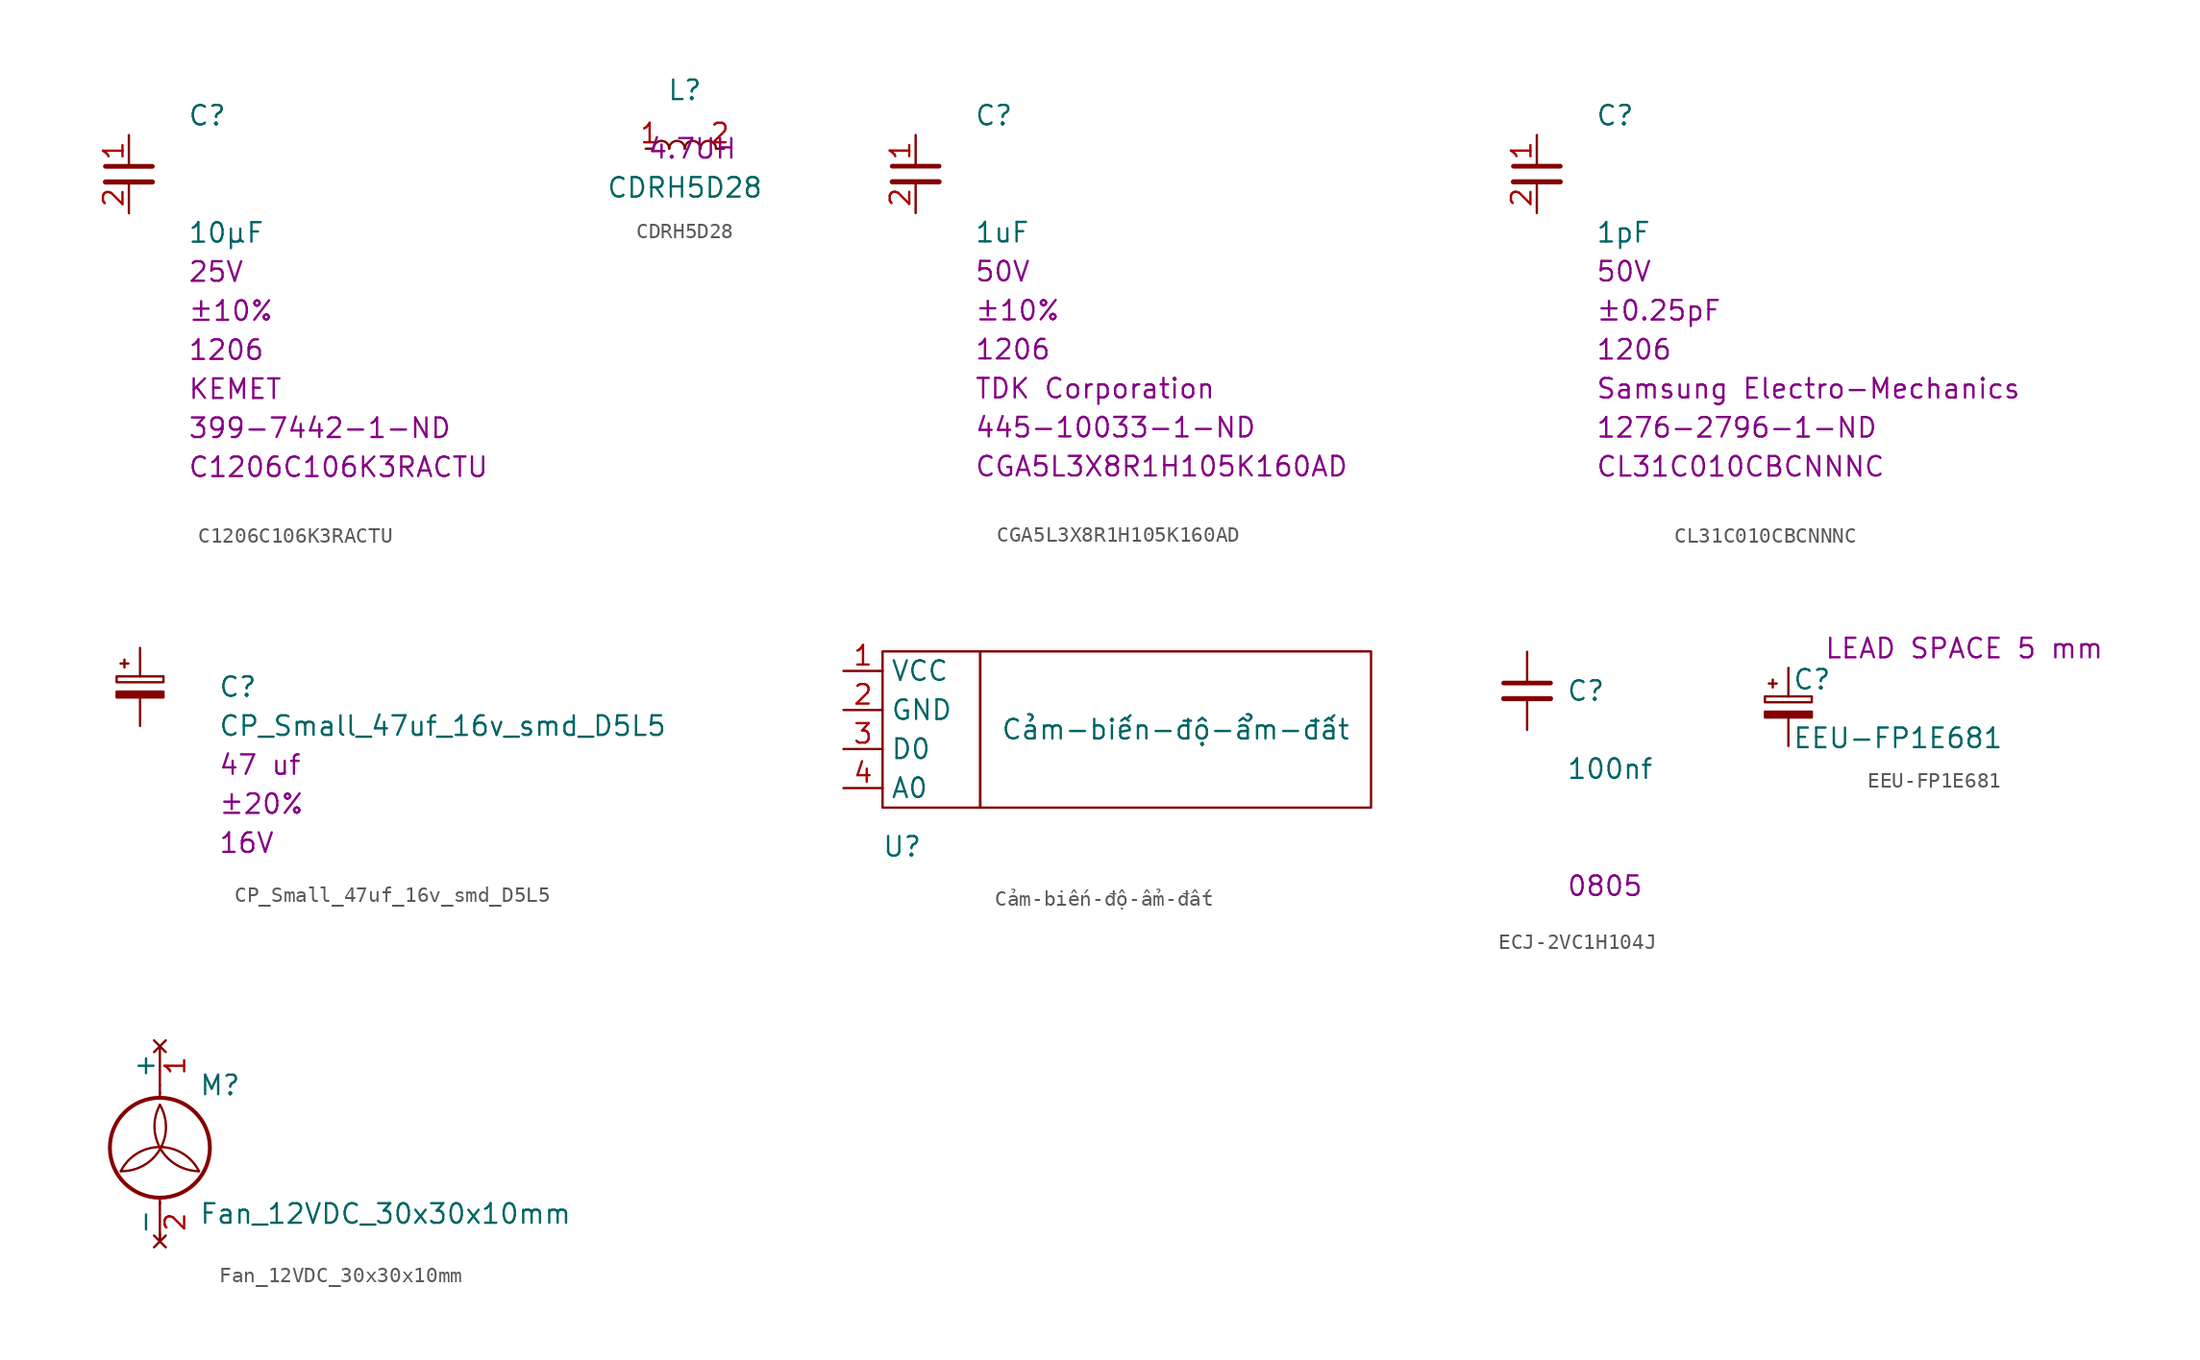
<source format=kicad_sym>
(kicad_symbol_lib
  (version 20220914)
  (generator kicad_symbol_editor)
  (symbol "C1206C106K3RACTU"
    (property "Reference" "C"
      (at 3.81 3.81 0)
      (effects (font (size 1.27 1.27)) (justify left)))
    (property "Value" "C1206C106K3RACTU"
      (at 3.81 1.27 0)
      (effects (font (size 1.27 1.27)) (justify left)))
    (property "value" "10µF"
      (at 3.81 -3.81 0)
      (effects (font (size 1.27 1.27)) (justify left)))
    (property "Tolerance" "±10%"
      (at 3.81 -8.89 0)
      (effects (font (size 1.27 1.27)) (justify left)))
    (property "MAX Voltage" "25V"
      (at 3.81 -6.35 0)
      (effects (font (size 1.27 1.27)) (justify left)))
    (property "Chip Set" "1206"
      (at 3.81 -11.43 0)
      (effects (font (size 1.27 1.27)) (justify left)))
    (property "Manufacturer" "KEMET"
      (at 3.81 -13.97 0)
      (effects (font (size 1.27 1.27)) (justify left)))
    (property "MPN" "C1206C106K3RACTU"
      (at 3.81 -19.05 0)
      (effects (font (size 1.27 1.27)) (justify left)))
    (property "Digi-Key_PN" "399-7442-1-ND"
      (at 3.81 -16.51 0)
      (effects (font (size 1.27 1.27)) (justify left)))
    (symbol "C1206C106K3RACTU_1_1"
      (polyline (pts (xy -1.524 -0.508) (xy 1.524 -0.508)) (stroke (width 0.33) (type default)) (fill (type none)))
      (polyline (pts (xy -1.524 0.508) (xy 1.524 0.508)) (stroke (width 0.305) (type default)) (fill (type none)))
      (pin passive line (at 0 2.54 270) (length 2.032) (name "~" (effects (font (size 1.27 1.27)))) (number "1" (effects (font (size 1.27 1.27)))))
      (pin passive line (at 0 -2.54 90) (length 2.032) (name "~" (effects (font (size 1.27 1.27)))) (number "2" (effects (font (size 1.27 1.27)))))))
  (symbol "CDRH5D28"
    (property "Reference" "L"
      (at 0 3.81 0)
      (effects (font (size 1.27 1.27))))
    (property "Value" "CDRH5D28"
      (at 0 -2.54 0)
      (effects (font (size 1.27 1.27))))
    (property "Field4" " 4.7UH"
      (at 0 0 0)
      (effects (font (size 1.27 1.27))))
    (symbol "CDRH5D28_1_1"
      (arc (start -1.016 0) (mid -1.524 0.5058) (end -2.032 0) (stroke (width 0) (type default)) (fill (type none)))
      (arc (start 0 0) (mid -0.508 0.5058) (end -1.016 0) (stroke (width 0) (type default)) (fill (type none)))
      (arc (start 1.016 0) (mid 0.508 0.5058) (end 0 0) (stroke (width 0) (type default)) (fill (type none)))
      (arc (start 2.032 0) (mid 1.524 0.5058) (end 1.016 0) (stroke (width 0) (type default)) (fill (type none)))
      (pin passive line (at -2.54 0 0) (length 0.508) (name "~" (effects (font (size 1.27 1.27)))) (number "1" (effects (font (size 1.27 1.27)))))
      (pin passive line (at 2.54 0 180) (length 0.508) (name "~" (effects (font (size 1.27 1.27)))) (number "2" (effects (font (size 1.27 1.27)))))))
  (symbol "CGA5L3X8R1H105K160AD"
    (property "Reference" "C"
      (at 3.81 3.81 0)
      (effects (font (size 1.27 1.27)) (justify left)))
    (property "Value" "CGA5L3X8R1H105K160AD"
      (at 3.81 1.27 0)
      (effects (font (size 1.27 1.27)) (justify left)))
    (property "value" "1uF"
      (at 3.81 -3.81 0)
      (effects (font (size 1.27 1.27)) (justify left)))
    (property "Tolerance" "±10%"
      (at 3.81 -8.89 0)
      (effects (font (size 1.27 1.27)) (justify left)))
    (property "MAX Voltage" "50V"
      (at 3.81 -6.35 0)
      (effects (font (size 1.27 1.27)) (justify left)))
    (property "Chip Set" "1206"
      (at 3.81 -11.43 0)
      (effects (font (size 1.27 1.27)) (justify left)))
    (property "Manufacturer" "TDK Corporation"
      (at 3.81 -13.97 0)
      (effects (font (size 1.27 1.27)) (justify left)))
    (property "MPN" "CGA5L3X8R1H105K160AD"
      (at 3.81 -19.05 0)
      (effects (font (size 1.27 1.27)) (justify left)))
    (property "Digi-Key_PN" "445-10033-1-ND"
      (at 3.81 -16.51 0)
      (effects (font (size 1.27 1.27)) (justify left)))
    (symbol "CGA5L3X8R1H105K160AD_1_1"
      (polyline (pts (xy -1.524 -0.508) (xy 1.524 -0.508)) (stroke (width 0.33) (type default)) (fill (type none)))
      (polyline (pts (xy -1.524 0.508) (xy 1.524 0.508)) (stroke (width 0.305) (type default)) (fill (type none)))
      (pin passive line (at 0 2.54 270) (length 2.032) (name "~" (effects (font (size 1.27 1.27)))) (number "1" (effects (font (size 1.27 1.27)))))
      (pin passive line (at 0 -2.54 90) (length 2.032) (name "~" (effects (font (size 1.27 1.27)))) (number "2" (effects (font (size 1.27 1.27)))))))
  (symbol "CL31C010CBCNNNC"
    (property "Reference" "C"
      (at 3.81 3.81 0)
      (effects (font (size 1.27 1.27)) (justify left)))
    (property "Value" "CL31C010CBCNNNC"
      (at 3.81 1.27 0)
      (effects (font (size 1.27 1.27)) (justify left)))
    (property "value" "1pF"
      (at 3.81 -3.81 0)
      (effects (font (size 1.27 1.27)) (justify left)))
    (property "Tolerance" "±0.25pF"
      (at 3.81 -8.89 0)
      (effects (font (size 1.27 1.27)) (justify left)))
    (property "MAX Voltage" "50V"
      (at 3.81 -6.35 0)
      (effects (font (size 1.27 1.27)) (justify left)))
    (property "Chip Set" "1206"
      (at 3.81 -11.43 0)
      (effects (font (size 1.27 1.27)) (justify left)))
    (property "Manufacturer" "Samsung Electro-Mechanics"
      (at 3.81 -13.97 0)
      (effects (font (size 1.27 1.27)) (justify left)))
    (property "MPN" "CL31C010CBCNNNC"
      (at 3.81 -19.05 0)
      (effects (font (size 1.27 1.27)) (justify left)))
    (property "Digi-Key_PN" "1276-2796-1-ND"
      (at 3.81 -16.51 0)
      (effects (font (size 1.27 1.27)) (justify left)))
    (symbol "CL31C010CBCNNNC_1_1"
      (polyline (pts (xy -1.524 -0.508) (xy 1.524 -0.508)) (stroke (width 0.33) (type default)) (fill (type none)))
      (polyline (pts (xy -1.524 0.508) (xy 1.524 0.508)) (stroke (width 0.305) (type default)) (fill (type none)))
      (pin passive line (at 0 2.54 270) (length 2.032) (name "~" (effects (font (size 1.27 1.27)))) (number "1" (effects (font (size 1.27 1.27)))))
      (pin passive line (at 0 -2.54 90) (length 2.032) (name "~" (effects (font (size 1.27 1.27)))) (number "2" (effects (font (size 1.27 1.27)))))))
  (symbol "CP_Small_47uf_16v_smd_D5L5"
    (pin_numbers hide)
    (pin_names
      (offset 0.254) hide)
    (property "Reference" "C"
      (at 5.08 0 0)
      (effects (font (size 1.27 1.27)) (justify left)))
    (property "Value" "CP_Small_47uf_16v_smd_D5L5"
      (at 5.08 -2.54 0)
      (effects (font (size 1.27 1.27)) (justify left)))
    (property "Value_1" "47 uf"
      (at 5.08 -5.08 0)
      (effects (font (size 1.27 1.27)) (justify left)))
    (property "Tolerance" "±20%"
      (at 5.08 -7.62 0)
      (effects (font (size 1.27 1.27)) (justify left)))
    (property "Voltage Rating" "16V"
      (at 5.08 -10.16 0)
      (effects (font (size 1.27 1.27)) (justify left)))
    (symbol "CP_Small_47uf_16v_smd_D5L5_0_1"
      (rectangle (start -1.524 -0.305) (end 1.524 -0.686) (stroke (width 0) (type default)) (fill (type outline)))
      (rectangle (start -1.524 0.686) (end 1.524 0.305) (stroke (width 0) (type default)) (fill (type none)))
      (polyline (pts (xy -1.27 1.524) (xy -0.762 1.524)) (stroke (width 0) (type default)) (fill (type none)))
      (polyline (pts (xy -1.016 1.27) (xy -1.016 1.778)) (stroke (width 0) (type default)) (fill (type none))))
    (symbol "CP_Small_47uf_16v_smd_D5L5_1_1"
      (pin passive line (at 0 2.54 270) (length 1.854) (name "~" (effects (font (size 1.27 1.27)))) (number "1" (effects (font (size 1.27 1.27)))))
      (pin passive line (at 0 -2.54 90) (length 1.854) (name "~" (effects (font (size 1.27 1.27)))) (number "2" (effects (font (size 1.27 1.27)))))))
  (symbol "Cảm-biến-độ-ẩm-đất"
    (property "Reference" "U"
      (at 1.27 -7.62 0)
      (effects (font (size 1.27 1.27))))
    (property "Value" "Cảm-biến-độ-ẩm-đất"
      (at 19.05 0 0)
      (effects (font (size 1.27 1.27))))
    (symbol "Cảm-biến-độ-ẩm-đất_0_1"
      (rectangle (start 0 5.08) (end 6.35 -5.08) (stroke (width 0) (type default)) (fill (type none)))
      (rectangle (start 6.35 5.08) (end 31.75 -5.08) (stroke (width 0) (type default)) (fill (type none))))
    (symbol "Cảm-biến-độ-ẩm-đất_1_1"
      (pin input line (at -2.54 3.81 0) (length 2.54) (name "VCC" (effects (font (size 1.27 1.27)))) (number "1" (effects (font (size 1.27 1.27)))))
      (pin input line (at -2.54 1.27 0) (length 2.54) (name "GND" (effects (font (size 1.27 1.27)))) (number "2" (effects (font (size 1.27 1.27)))))
      (pin input line (at -2.54 -1.27 0) (length 2.54) (name "D0" (effects (font (size 1.27 1.27)))) (number "3" (effects (font (size 1.27 1.27)))))
      (pin input line (at -2.54 -3.81 0) (length 2.54) (name "A0" (effects (font (size 1.27 1.27)))) (number "4" (effects (font (size 1.27 1.27)))))))
  (symbol "ECJ-2VC1H104J"
    (pin_numbers hide)
    (pin_names
      (offset 0.254) hide)
    (property "Reference" "C"
      (at 2.54 0 0)
      (effects (font (size 1.27 1.27)) (justify left)))
    (property "Value" "ECJ-2VC1H104J"
      (at 2.54 -2.54 0)
      (effects (font (size 1.27 1.27)) (justify left)))
    (property "value" "100nf"
      (at 2.54 -5.08 0)
      (effects (font (size 1.27 1.27)) (justify left)))
    (property "Chip set" "0805"
      (at 2.54 -12.7 0)
      (effects (font (size 1.27 1.27)) (justify left)))
    (symbol "ECJ-2VC1H104J_0_1"
      (polyline (pts (xy -1.524 -0.508) (xy 1.524 -0.508)) (stroke (width 0.33) (type default)) (fill (type none)))
      (polyline (pts (xy -1.524 0.508) (xy 1.524 0.508)) (stroke (width 0.305) (type default)) (fill (type none))))
    (symbol "ECJ-2VC1H104J_1_1"
      (pin passive line (at 0 2.54 270) (length 2.032) (name "~" (effects (font (size 1.27 1.27)))) (number "1" (effects (font (size 1.27 1.27)))))
      (pin passive line (at 0 -2.54 90) (length 2.032) (name "~" (effects (font (size 1.27 1.27)))) (number "2" (effects (font (size 1.27 1.27)))))))
  (symbol "EEU-FP1E681"
    (pin_numbers hide)
    (pin_names
      (offset 0.254) hide)
    (property "Reference" "C"
      (at 0.254 1.778 0)
      (effects (font (size 1.27 1.27)) (justify left)))
    (property "Value" "EEU-FP1E681"
      (at 0.254 -2.032 0)
      (effects (font (size 1.27 1.27)) (justify left)))
    (property "Field7" "LEAD SPACE 5 mm"
      (at 11.43 3.81 0)
      (effects (font (size 1.27 1.27))))
    (symbol "EEU-FP1E681_0_1"
      (rectangle (start -1.524 -0.305) (end 1.524 -0.686) (stroke (width 0) (type default)) (fill (type outline)))
      (rectangle (start -1.524 0.686) (end 1.524 0.305) (stroke (width 0) (type default)) (fill (type none)))
      (polyline (pts (xy -1.27 1.524) (xy -0.762 1.524)) (stroke (width 0) (type default)) (fill (type none)))
      (polyline (pts (xy -1.016 1.27) (xy -1.016 1.778)) (stroke (width 0) (type default)) (fill (type none))))
    (symbol "EEU-FP1E681_1_1"
      (pin passive line (at 0 2.54 270) (length 1.854) (name "~" (effects (font (size 1.27 1.27)))) (number "1" (effects (font (size 1.27 1.27)))))
      (pin passive line (at 0 -2.54 90) (length 1.854) (name "~" (effects (font (size 1.27 1.27)))) (number "2" (effects (font (size 1.27 1.27)))))))
  (symbol "Fan_12VDC_30x30x10mm"
    (pin_names
      (offset 0))
    (property "Reference" "M"
      (at 2.54 5.08 0)
      (effects (font (size 1.27 1.27)) (justify left)))
    (property "Value" "Fan_12VDC_30x30x10mm"
      (at 2.54 -2.54 0)
      (effects (font (size 1.27 1.27)) (justify left top)))
    (symbol "Fan_12VDC_30x30x10mm_0_1"
      (arc (start -2.54 -0.508) (mid -0.0014 0.9048) (end 0 3.81) (stroke (width 0) (type default)) (fill (type none)))
      (polyline (pts (xy 0 -5.08) (xy 0 -4.572)) (stroke (width 0) (type default)) (fill (type none)))
      (polyline (pts (xy 0 -2.235) (xy 0 -2.642)) (stroke (width 0) (type default)) (fill (type none)))
      (polyline (pts (xy 0 4.267) (xy 0 4.623)) (stroke (width 0) (type default)) (fill (type none)))
      (polyline (pts (xy 0 4.572) (xy 0 5.08)) (stroke (width 0) (type default)) (fill (type none)))
      (circle (center 0 1.016) (radius 3.251) (stroke (width 0.254) (type default)) (fill (type none)))
      (arc (start 0 3.81) (mid 0.0468 0.9315) (end 2.54 -0.508) (stroke (width 0) (type default)) (fill (type none)))
      (arc (start 2.54 -0.508) (mid 0 1.0618) (end -2.54 -0.508) (stroke (width 0) (type default)) (fill (type none))))
    (symbol "Fan_12VDC_30x30x10mm_1_1"
      (pin no_connect line (at 0 7.62 270) (length 2.54) (name "+" (effects (font (size 1.27 1.27)))) (number "1" (effects (font (size 1.27 1.27)))))
      (pin no_connect line (at 0 -5.08 90) (length 2.54) (name "-" (effects (font (size 1.27 1.27)))) (number "2" (effects (font (size 1.27 1.27))))))))
</source>
